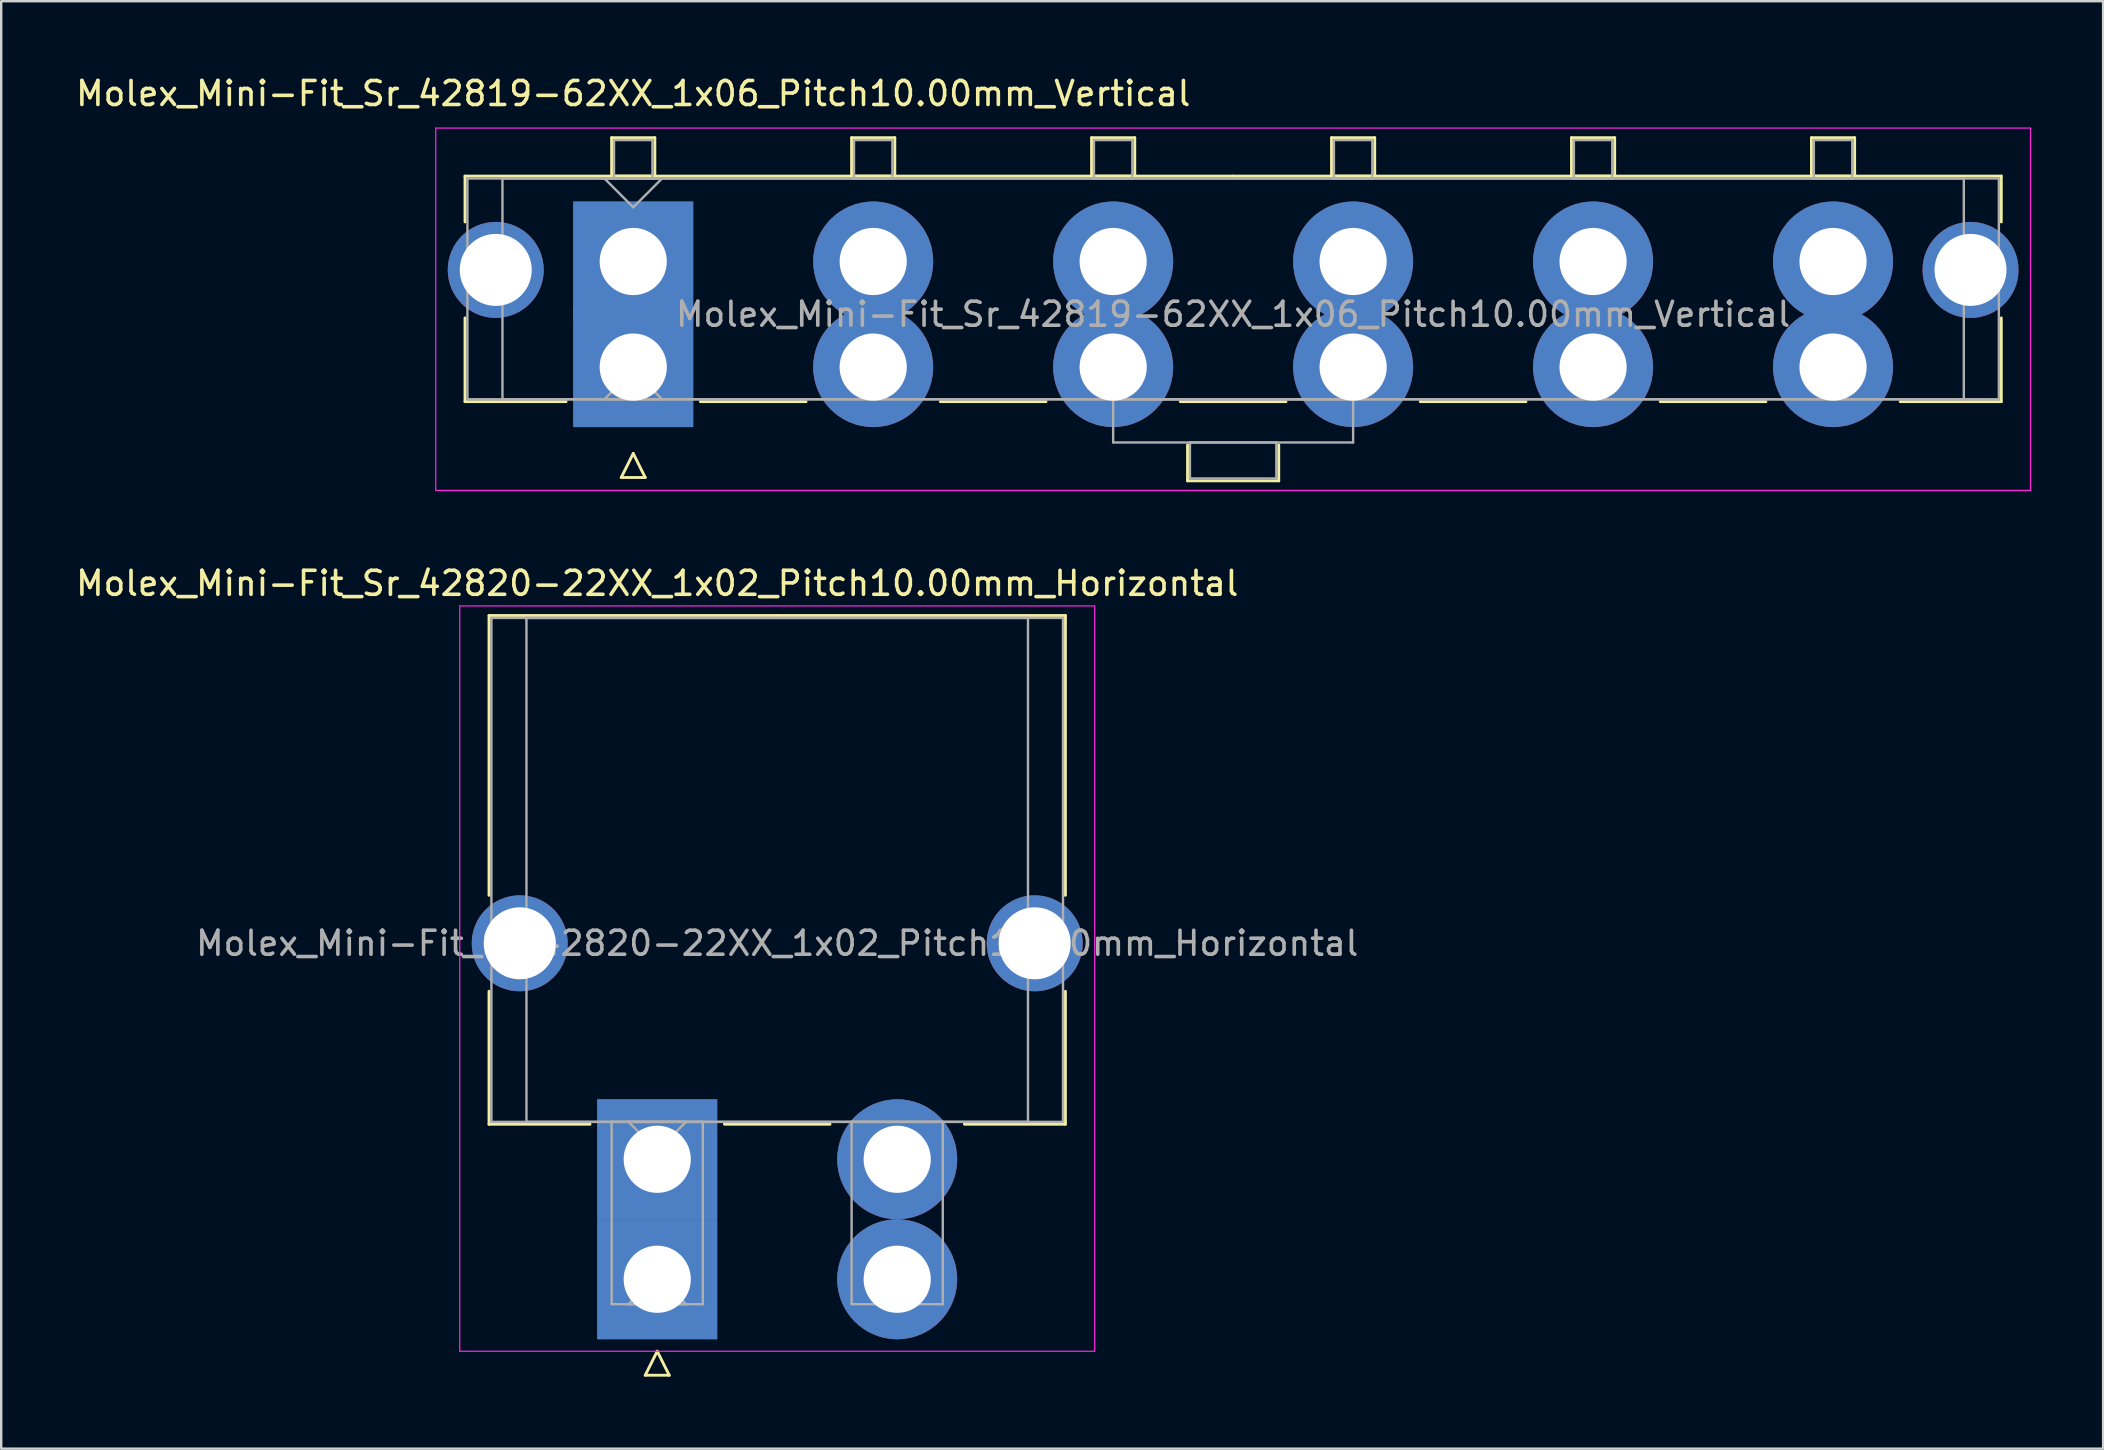
<source format=kicad_pcb>
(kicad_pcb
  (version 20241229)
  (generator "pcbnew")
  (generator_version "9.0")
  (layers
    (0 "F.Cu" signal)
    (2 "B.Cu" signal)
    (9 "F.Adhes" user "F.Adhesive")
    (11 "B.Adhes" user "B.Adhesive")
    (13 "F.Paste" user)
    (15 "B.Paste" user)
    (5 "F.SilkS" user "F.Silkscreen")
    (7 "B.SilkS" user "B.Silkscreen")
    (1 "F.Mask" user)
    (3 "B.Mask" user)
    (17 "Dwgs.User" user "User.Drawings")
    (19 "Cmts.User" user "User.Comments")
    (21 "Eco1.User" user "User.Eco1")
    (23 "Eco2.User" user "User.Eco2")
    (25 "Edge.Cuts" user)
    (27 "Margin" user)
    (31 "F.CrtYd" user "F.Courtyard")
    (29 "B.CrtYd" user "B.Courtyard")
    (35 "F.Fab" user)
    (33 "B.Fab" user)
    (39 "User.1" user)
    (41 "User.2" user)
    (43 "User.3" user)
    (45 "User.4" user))
  (footprint "Molex_Mini-Fit_Sr_42820-22XX_1x02_Pitch10.00mm_Horizontal"
    (layer "F.Cu")
    (at 24.339 45.261)
    (property "Reference" "Molex_Mini-Fit_Sr_42820-22XX_1x02_Pitch10.00mm_Horizontal" (at 0 -24 0) (layer "F.SilkS") (effects (font (size 1 1) (thickness 0.15))))
    (attr through_hole)
    (fp_line (start -7.01 -22.66) (end -7.01 -11) (stroke (width 0.12) (type solid)) (layer "F.SilkS"))
    (fp_line (start -7.01 -7) (end -7.01 -1.46) (stroke (width 0.12) (type solid)) (layer "F.SilkS"))
    (fp_line (start -7.01 -1.46) (end -2.8 -1.46) (stroke (width 0.12) (type solid)) (layer "F.SilkS"))
    (fp_line (start -0.5 9) (end 0 8) (stroke (width 0.12) (type solid)) (layer "F.SilkS"))
    (fp_line (start 0 8) (end 0.5 9) (stroke (width 0.12) (type solid)) (layer "F.SilkS"))
    (fp_line (start 0.5 9) (end -0.5 9) (stroke (width 0.12) (type solid)) (layer "F.SilkS"))
    (fp_line (start 2.8 -1.46) (end 7.2 -1.46) (stroke (width 0.12) (type solid)) (layer "F.SilkS"))
    (fp_line (start 5 -22.66) (end -7.01 -22.66) (stroke (width 0.12) (type solid)) (layer "F.SilkS"))
    (fp_line (start 5 -22.66) (end 17.01 -22.66) (stroke (width 0.12) (type solid)) (layer "F.SilkS"))
    (fp_line (start 17.01 -22.66) (end 17.01 -11) (stroke (width 0.12) (type solid)) (layer "F.SilkS"))
    (fp_line (start 17.01 -7) (end 17.01 -1.46) (stroke (width 0.12) (type solid)) (layer "F.SilkS"))
    (fp_line (start 17.01 -1.46) (end 12.8 -1.46) (stroke (width 0.12) (type solid)) (layer "F.SilkS"))
    (fp_line (start -8.23 -23.06) (end -8.23 8) (stroke (width 0.05) (type solid)) (layer "F.CrtYd"))
    (fp_line (start -8.23 8) (end 18.23 8) (stroke (width 0.05) (type solid)) (layer "F.CrtYd"))
    (fp_line (start 18.23 -23.06) (end -8.23 -23.06) (stroke (width 0.05) (type solid)) (layer "F.CrtYd"))
    (fp_line (start 18.23 8) (end 18.23 -23.06) (stroke (width 0.05) (type solid)) (layer "F.CrtYd"))
    (fp_line (start -6.91 -22.56) (end -6.91 -1.56) (stroke (width 0.1) (type solid)) (layer "F.Fab"))
    (fp_line (start -6.91 -1.56) (end 16.91 -1.56) (stroke (width 0.1) (type solid)) (layer "F.Fab"))
    (fp_line (start -5.45 -22.56) (end -5.45 -1.56) (stroke (width 0.1) (type solid)) (layer "F.Fab"))
    (fp_line (start -5.45 -1.56) (end 15.45 -1.56) (stroke (width 0.1) (type solid)) (layer "F.Fab"))
    (fp_line (start -1.9 -1.56) (end -1.9 6.04) (stroke (width 0.1) (type solid)) (layer "F.Fab"))
    (fp_line (start -1.9 6.04) (end 1.9 6.04) (stroke (width 0.1) (type solid)) (layer "F.Fab"))
    (fp_line (start -1.2 -1.56) (end 0 -0.36) (stroke (width 0.1) (type solid)) (layer "F.Fab"))
    (fp_line (start -1.2 6.04) (end 0 4.84) (stroke (width 0.1) (type solid)) (layer "F.Fab"))
    (fp_line (start 0 -0.36) (end 1.2 -1.56) (stroke (width 0.1) (type solid)) (layer "F.Fab"))
    (fp_line (start 0 4.84) (end 1.2 6.04) (stroke (width 0.1) (type solid)) (layer "F.Fab"))
    (fp_line (start 1.2 -1.56) (end -1.2 -1.56) (stroke (width 0.1) (type solid)) (layer "F.Fab"))
    (fp_line (start 1.2 6.04) (end -1.2 6.04) (stroke (width 0.1) (type solid)) (layer "F.Fab"))
    (fp_line (start 1.9 -1.56) (end -1.9 -1.56) (stroke (width 0.1) (type solid)) (layer "F.Fab"))
    (fp_line (start 1.9 6.04) (end 1.9 -1.56) (stroke (width 0.1) (type solid)) (layer "F.Fab"))
    (fp_line (start 8.1 -1.56) (end 8.1 6.04) (stroke (width 0.1) (type solid)) (layer "F.Fab"))
    (fp_line (start 8.1 6.04) (end 11.9 6.04) (stroke (width 0.1) (type solid)) (layer "F.Fab"))
    (fp_line (start 11.9 -1.56) (end 8.1 -1.56) (stroke (width 0.1) (type solid)) (layer "F.Fab"))
    (fp_line (start 11.9 6.04) (end 11.9 -1.56) (stroke (width 0.1) (type solid)) (layer "F.Fab"))
    (fp_line (start 15.45 -22.56) (end -5.45 -22.56) (stroke (width 0.1) (type solid)) (layer "F.Fab"))
    (fp_line (start 15.45 -1.56) (end 15.45 -22.56) (stroke (width 0.1) (type solid)) (layer "F.Fab"))
    (fp_line (start 16.91 -22.56) (end -6.91 -22.56) (stroke (width 0.1) (type solid)) (layer "F.Fab"))
    (fp_line (start 16.91 -1.56) (end 16.91 -22.56) (stroke (width 0.1) (type solid)) (layer "F.Fab"))
    (fp_text user "${REFERENCE}" (at 5 -9 0) (layer "F.Fab") (effects (font (size 1 1) (thickness 0.15))))
    (pad "" thru_hole circle (at -5.73 -9) (size 4 4) (drill 3) (layers "*.Cu" "*.Mask"))
    (pad "" thru_hole circle (at 15.73 -9) (size 4 4) (drill 3) (layers "*.Cu" "*.Mask"))
    (pad "1" thru_hole rect (at 0 0) (size 5 5) (drill 2.8) (layers "*.Cu" "*.Mask"))
    (pad "1" thru_hole rect (at 0 5) (size 5 5) (drill 2.8) (layers "*.Cu" "*.Mask"))
    (pad "2" thru_hole circle (at 10 0) (size 5 5) (drill 2.8) (layers "*.Cu" "*.Mask"))
    (pad "2" thru_hole circle (at 10 5) (size 5 5) (drill 2.8) (layers "*.Cu" "*.Mask")))
  (footprint "Molex_Mini-Fit_Sr_42819-62XX_1x06_Pitch10.00mm_Vertical"
    (layer "F.Cu")
    (at 23.339 7.848)
    (property "Reference" "Molex_Mini-Fit_Sr_42819-62XX_1x06_Pitch10.00mm_Vertical" (at 0 -7 0) (layer "F.SilkS") (effects (font (size 1 1) (thickness 0.15))))
    (attr through_hole)
    (fp_line (start -7.01 -3.56) (end -7.01 -1.65) (stroke (width 0.12) (type solid)) (layer "F.SilkS"))
    (fp_line (start -7.01 2.35) (end -7.01 5.84) (stroke (width 0.12) (type solid)) (layer "F.SilkS"))
    (fp_line (start -7.01 5.84) (end -2.8 5.84) (stroke (width 0.12) (type solid)) (layer "F.SilkS"))
    (fp_line (start -0.9 -5.16) (end 0.9 -5.16) (stroke (width 0.12) (type solid)) (layer "F.SilkS"))
    (fp_line (start -0.9 -3.56) (end -0.9 -5.16) (stroke (width 0.12) (type solid)) (layer "F.SilkS"))
    (fp_line (start -0.5 9) (end 0 8) (stroke (width 0.12) (type solid)) (layer "F.SilkS"))
    (fp_line (start 0 8) (end 0.5 9) (stroke (width 0.12) (type solid)) (layer "F.SilkS"))
    (fp_line (start 0.5 9) (end -0.5 9) (stroke (width 0.12) (type solid)) (layer "F.SilkS"))
    (fp_line (start 0.9 -5.16) (end 0.9 -3.56) (stroke (width 0.12) (type solid)) (layer "F.SilkS"))
    (fp_line (start 0.9 -3.56) (end -0.9 -3.56) (stroke (width 0.12) (type solid)) (layer "F.SilkS"))
    (fp_line (start 2.8 5.84) (end 7.2 5.84) (stroke (width 0.12) (type solid)) (layer "F.SilkS"))
    (fp_line (start 9.1 -5.16) (end 10.9 -5.16) (stroke (width 0.12) (type solid)) (layer "F.SilkS"))
    (fp_line (start 9.1 -3.56) (end 9.1 -5.16) (stroke (width 0.12) (type solid)) (layer "F.SilkS"))
    (fp_line (start 10.9 -5.16) (end 10.9 -3.56) (stroke (width 0.12) (type solid)) (layer "F.SilkS"))
    (fp_line (start 10.9 -3.56) (end 9.1 -3.56) (stroke (width 0.12) (type solid)) (layer "F.SilkS"))
    (fp_line (start 12.8 5.84) (end 17.2 5.84) (stroke (width 0.12) (type solid)) (layer "F.SilkS"))
    (fp_line (start 19.1 -5.16) (end 20.9 -5.16) (stroke (width 0.12) (type solid)) (layer "F.SilkS"))
    (fp_line (start 19.1 -3.56) (end 19.1 -5.16) (stroke (width 0.12) (type solid)) (layer "F.SilkS"))
    (fp_line (start 20.9 -5.16) (end 20.9 -3.56) (stroke (width 0.12) (type solid)) (layer "F.SilkS"))
    (fp_line (start 20.9 -3.56) (end 19.1 -3.56) (stroke (width 0.12) (type solid)) (layer "F.SilkS"))
    (fp_line (start 22.8 5.84) (end 27.2 5.84) (stroke (width 0.12) (type solid)) (layer "F.SilkS"))
    (fp_line (start 23.1 7.64) (end 23.1 9.14) (stroke (width 0.12) (type solid)) (layer "F.SilkS"))
    (fp_line (start 23.1 9.14) (end 26.9 9.14) (stroke (width 0.12) (type solid)) (layer "F.SilkS"))
    (fp_line (start 25 -3.56) (end -7.01 -3.56) (stroke (width 0.12) (type solid)) (layer "F.SilkS"))
    (fp_line (start 25 -3.56) (end 57.01 -3.56) (stroke (width 0.12) (type solid)) (layer "F.SilkS"))
    (fp_line (start 26.9 9.14) (end 26.9 7.64) (stroke (width 0.12) (type solid)) (layer "F.SilkS"))
    (fp_line (start 29.1 -5.16) (end 30.9 -5.16) (stroke (width 0.12) (type solid)) (layer "F.SilkS"))
    (fp_line (start 29.1 -3.56) (end 29.1 -5.16) (stroke (width 0.12) (type solid)) (layer "F.SilkS"))
    (fp_line (start 30.9 -5.16) (end 30.9 -3.56) (stroke (width 0.12) (type solid)) (layer "F.SilkS"))
    (fp_line (start 30.9 -3.56) (end 29.1 -3.56) (stroke (width 0.12) (type solid)) (layer "F.SilkS"))
    (fp_line (start 32.8 5.84) (end 37.2 5.84) (stroke (width 0.12) (type solid)) (layer "F.SilkS"))
    (fp_line (start 39.1 -5.16) (end 40.9 -5.16) (stroke (width 0.12) (type solid)) (layer "F.SilkS"))
    (fp_line (start 39.1 -3.56) (end 39.1 -5.16) (stroke (width 0.12) (type solid)) (layer "F.SilkS"))
    (fp_line (start 40.9 -5.16) (end 40.9 -3.56) (stroke (width 0.12) (type solid)) (layer "F.SilkS"))
    (fp_line (start 40.9 -3.56) (end 39.1 -3.56) (stroke (width 0.12) (type solid)) (layer "F.SilkS"))
    (fp_line (start 42.8 5.84) (end 47.2 5.84) (stroke (width 0.12) (type solid)) (layer "F.SilkS"))
    (fp_line (start 49.1 -5.16) (end 50.9 -5.16) (stroke (width 0.12) (type solid)) (layer "F.SilkS"))
    (fp_line (start 49.1 -3.56) (end 49.1 -5.16) (stroke (width 0.12) (type solid)) (layer "F.SilkS"))
    (fp_line (start 50.9 -5.16) (end 50.9 -3.56) (stroke (width 0.12) (type solid)) (layer "F.SilkS"))
    (fp_line (start 50.9 -3.56) (end 49.1 -3.56) (stroke (width 0.12) (type solid)) (layer "F.SilkS"))
    (fp_line (start 57.01 -3.56) (end 57.01 -1.65) (stroke (width 0.12) (type solid)) (layer "F.SilkS"))
    (fp_line (start 57.01 2.35) (end 57.01 5.84) (stroke (width 0.12) (type solid)) (layer "F.SilkS"))
    (fp_line (start 57.01 5.84) (end 52.8 5.84) (stroke (width 0.12) (type solid)) (layer "F.SilkS"))
    (fp_line (start -8.23 -5.56) (end -8.23 9.54) (stroke (width 0.05) (type solid)) (layer "F.CrtYd"))
    (fp_line (start -8.23 9.54) (end 58.23 9.54) (stroke (width 0.05) (type solid)) (layer "F.CrtYd"))
    (fp_line (start 58.23 -5.56) (end -8.23 -5.56) (stroke (width 0.05) (type solid)) (layer "F.CrtYd"))
    (fp_line (start 58.23 9.54) (end 58.23 -5.56) (stroke (width 0.05) (type solid)) (layer "F.CrtYd"))
    (fp_line (start -6.91 -3.46) (end -6.91 5.74) (stroke (width 0.1) (type solid)) (layer "F.Fab"))
    (fp_line (start -6.91 5.74) (end 56.91 5.74) (stroke (width 0.1) (type solid)) (layer "F.Fab"))
    (fp_line (start -5.45 -3.46) (end -5.45 5.74) (stroke (width 0.1) (type solid)) (layer "F.Fab"))
    (fp_line (start -5.45 5.74) (end 55.45 5.74) (stroke (width 0.1) (type solid)) (layer "F.Fab"))
    (fp_line (start -1.2 -3.46) (end 0 -2.26) (stroke (width 0.1) (type solid)) (layer "F.Fab"))
    (fp_line (start -1.2 5.74) (end 0 4.54) (stroke (width 0.1) (type solid)) (layer "F.Fab"))
    (fp_line (start -0.8 -5.06) (end 0.8 -5.06) (stroke (width 0.1) (type solid)) (layer "F.Fab"))
    (fp_line (start -0.8 -3.46) (end -0.8 -5.06) (stroke (width 0.1) (type solid)) (layer "F.Fab"))
    (fp_line (start 0 -2.26) (end 1.2 -3.46) (stroke (width 0.1) (type solid)) (layer "F.Fab"))
    (fp_line (start 0 4.54) (end 1.2 5.74) (stroke (width 0.1) (type solid)) (layer "F.Fab"))
    (fp_line (start 0.8 -5.06) (end 0.8 -3.46) (stroke (width 0.1) (type solid)) (layer "F.Fab"))
    (fp_line (start 0.8 -3.46) (end -0.8 -3.46) (stroke (width 0.1) (type solid)) (layer "F.Fab"))
    (fp_line (start 1.2 -3.46) (end -1.2 -3.46) (stroke (width 0.1) (type solid)) (layer "F.Fab"))
    (fp_line (start 1.2 5.74) (end -1.2 5.74) (stroke (width 0.1) (type solid)) (layer "F.Fab"))
    (fp_line (start 9.2 -5.06) (end 10.8 -5.06) (stroke (width 0.1) (type solid)) (layer "F.Fab"))
    (fp_line (start 9.2 -3.46) (end 9.2 -5.06) (stroke (width 0.1) (type solid)) (layer "F.Fab"))
    (fp_line (start 10.8 -5.06) (end 10.8 -3.46) (stroke (width 0.1) (type solid)) (layer "F.Fab"))
    (fp_line (start 10.8 -3.46) (end 9.2 -3.46) (stroke (width 0.1) (type solid)) (layer "F.Fab"))
    (fp_line (start 19.2 -5.06) (end 20.8 -5.06) (stroke (width 0.1) (type solid)) (layer "F.Fab"))
    (fp_line (start 19.2 -3.46) (end 19.2 -5.06) (stroke (width 0.1) (type solid)) (layer "F.Fab"))
    (fp_line (start 20 5.74) (end 20 7.54) (stroke (width 0.1) (type solid)) (layer "F.Fab"))
    (fp_line (start 20 7.54) (end 30 7.54) (stroke (width 0.1) (type solid)) (layer "F.Fab"))
    (fp_line (start 20.8 -5.06) (end 20.8 -3.46) (stroke (width 0.1) (type solid)) (layer "F.Fab"))
    (fp_line (start 20.8 -3.46) (end 19.2 -3.46) (stroke (width 0.1) (type solid)) (layer "F.Fab"))
    (fp_line (start 23.2 7.54) (end 23.2 9.04) (stroke (width 0.1) (type solid)) (layer "F.Fab"))
    (fp_line (start 23.2 9.04) (end 26.8 9.04) (stroke (width 0.1) (type solid)) (layer "F.Fab"))
    (fp_line (start 26.8 7.54) (end 23.2 7.54) (stroke (width 0.1) (type solid)) (layer "F.Fab"))
    (fp_line (start 26.8 9.04) (end 26.8 7.54) (stroke (width 0.1) (type solid)) (layer "F.Fab"))
    (fp_line (start 29.2 -5.06) (end 30.8 -5.06) (stroke (width 0.1) (type solid)) (layer "F.Fab"))
    (fp_line (start 29.2 -3.46) (end 29.2 -5.06) (stroke (width 0.1) (type solid)) (layer "F.Fab"))
    (fp_line (start 30 5.74) (end 20 5.74) (stroke (width 0.1) (type solid)) (layer "F.Fab"))
    (fp_line (start 30 7.54) (end 30 5.74) (stroke (width 0.1) (type solid)) (layer "F.Fab"))
    (fp_line (start 30.8 -5.06) (end 30.8 -3.46) (stroke (width 0.1) (type solid)) (layer "F.Fab"))
    (fp_line (start 30.8 -3.46) (end 29.2 -3.46) (stroke (width 0.1) (type solid)) (layer "F.Fab"))
    (fp_line (start 39.2 -5.06) (end 40.8 -5.06) (stroke (width 0.1) (type solid)) (layer "F.Fab"))
    (fp_line (start 39.2 -3.46) (end 39.2 -5.06) (stroke (width 0.1) (type solid)) (layer "F.Fab"))
    (fp_line (start 40.8 -5.06) (end 40.8 -3.46) (stroke (width 0.1) (type solid)) (layer "F.Fab"))
    (fp_line (start 40.8 -3.46) (end 39.2 -3.46) (stroke (width 0.1) (type solid)) (layer "F.Fab"))
    (fp_line (start 49.2 -5.06) (end 50.8 -5.06) (stroke (width 0.1) (type solid)) (layer "F.Fab"))
    (fp_line (start 49.2 -3.46) (end 49.2 -5.06) (stroke (width 0.1) (type solid)) (layer "F.Fab"))
    (fp_line (start 50.8 -5.06) (end 50.8 -3.46) (stroke (width 0.1) (type solid)) (layer "F.Fab"))
    (fp_line (start 50.8 -3.46) (end 49.2 -3.46) (stroke (width 0.1) (type solid)) (layer "F.Fab"))
    (fp_line (start 55.45 -3.46) (end -5.45 -3.46) (stroke (width 0.1) (type solid)) (layer "F.Fab"))
    (fp_line (start 55.45 5.74) (end 55.45 -3.46) (stroke (width 0.1) (type solid)) (layer "F.Fab"))
    (fp_line (start 56.91 -3.46) (end -6.91 -3.46) (stroke (width 0.1) (type solid)) (layer "F.Fab"))
    (fp_line (start 56.91 5.74) (end 56.91 -3.46) (stroke (width 0.1) (type solid)) (layer "F.Fab"))
    (fp_text user "${REFERENCE}" (at 25 2.2 0) (layer "F.Fab") (effects (font (size 1 1) (thickness 0.15))))
    (pad "" thru_hole circle (at -5.73 0.35) (size 4 4) (drill 3) (layers "*.Cu" "*.Mask"))
    (pad "" thru_hole circle (at 55.73 0.35) (size 4 4) (drill 3) (layers "*.Cu" "*.Mask"))
    (pad "1" thru_hole rect (at 0 0) (size 5 5) (drill 2.8) (layers "*.Cu" "*.Mask"))
    (pad "1" thru_hole rect (at 0 4.4) (size 5 5) (drill 2.8) (layers "*.Cu" "*.Mask"))
    (pad "2" thru_hole circle (at 10 0) (size 5 5) (drill 2.8) (layers "*.Cu" "*.Mask"))
    (pad "2" thru_hole circle (at 10 4.4) (size 5 5) (drill 2.8) (layers "*.Cu" "*.Mask"))
    (pad "3" thru_hole circle (at 20 0) (size 5 5) (drill 2.8) (layers "*.Cu" "*.Mask"))
    (pad "3" thru_hole circle (at 20 4.4) (size 5 5) (drill 2.8) (layers "*.Cu" "*.Mask"))
    (pad "4" thru_hole circle (at 30 0) (size 5 5) (drill 2.8) (layers "*.Cu" "*.Mask"))
    (pad "4" thru_hole circle (at 30 4.4) (size 5 5) (drill 2.8) (layers "*.Cu" "*.Mask"))
    (pad "5" thru_hole circle (at 40 0) (size 5 5) (drill 2.8) (layers "*.Cu" "*.Mask"))
    (pad "5" thru_hole circle (at 40 4.4) (size 5 5) (drill 2.8) (layers "*.Cu" "*.Mask"))
    (pad "6" thru_hole circle (at 50 0) (size 5 5) (drill 2.8) (layers "*.Cu" "*.Mask"))
    (pad "6" thru_hole circle (at 50 4.4) (size 5 5) (drill 2.8) (layers "*.Cu" "*.Mask")))
  (gr_rect
    (start -3 -3)
    (end 84.594 57.322)
    (stroke (width 0.1) (type default))
    (fill no)
    (layer "Edge.Cuts")))
</source>
